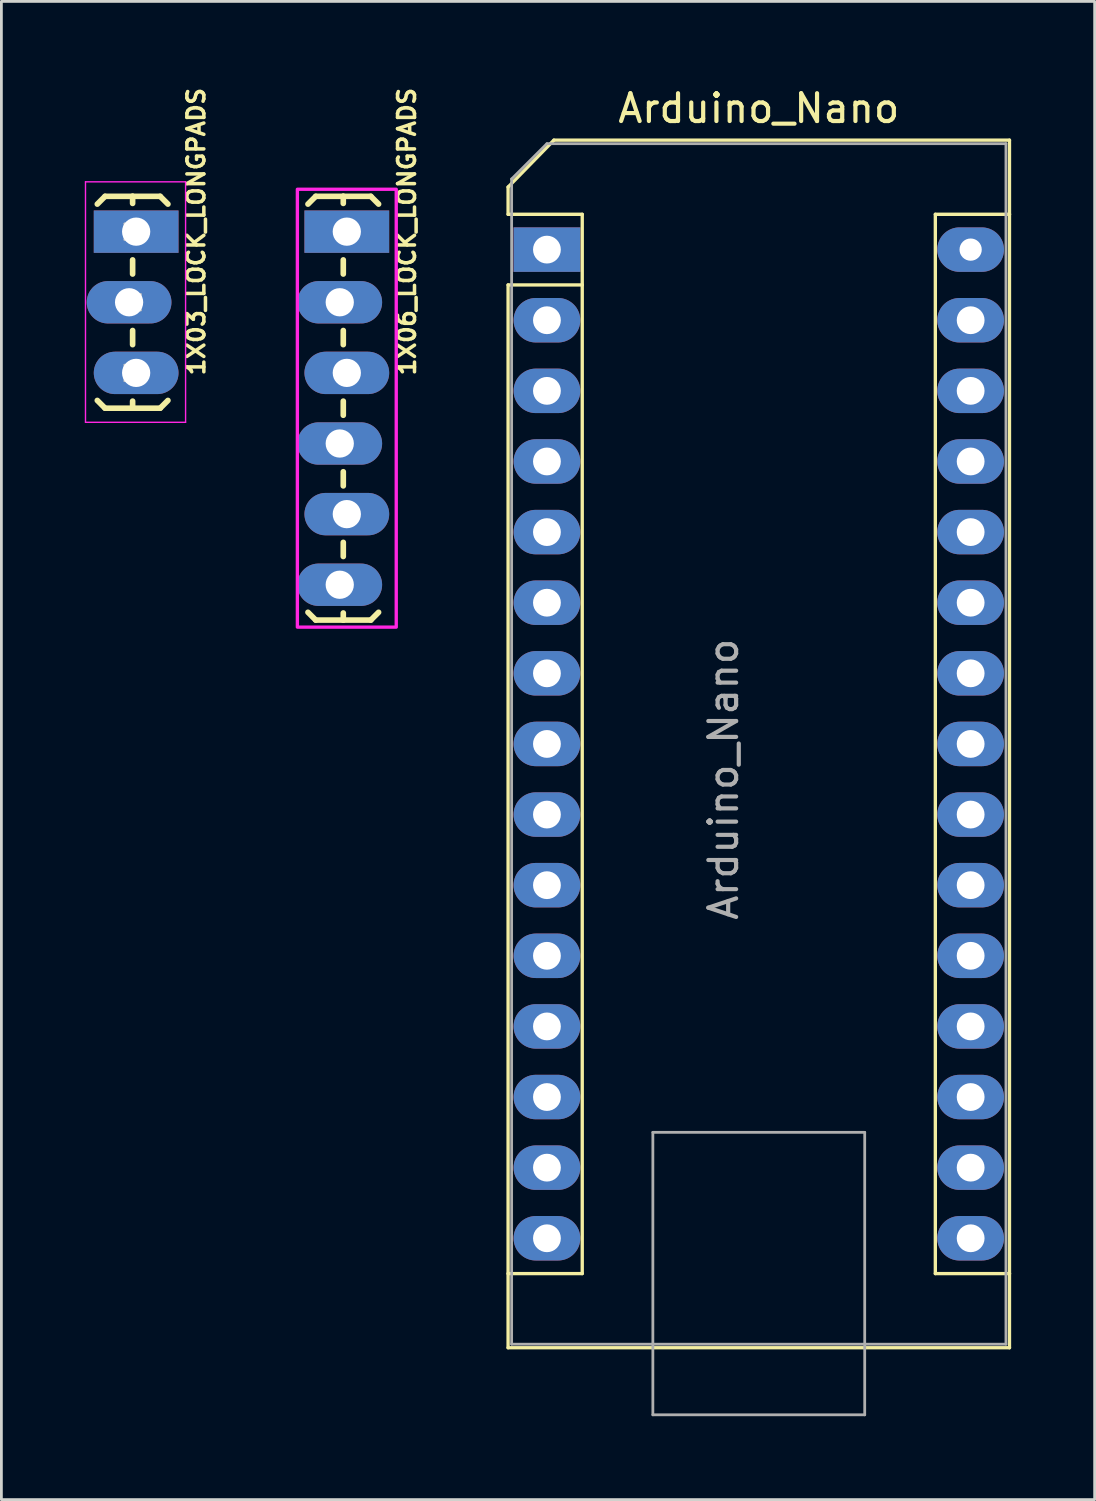
<source format=kicad_pcb>
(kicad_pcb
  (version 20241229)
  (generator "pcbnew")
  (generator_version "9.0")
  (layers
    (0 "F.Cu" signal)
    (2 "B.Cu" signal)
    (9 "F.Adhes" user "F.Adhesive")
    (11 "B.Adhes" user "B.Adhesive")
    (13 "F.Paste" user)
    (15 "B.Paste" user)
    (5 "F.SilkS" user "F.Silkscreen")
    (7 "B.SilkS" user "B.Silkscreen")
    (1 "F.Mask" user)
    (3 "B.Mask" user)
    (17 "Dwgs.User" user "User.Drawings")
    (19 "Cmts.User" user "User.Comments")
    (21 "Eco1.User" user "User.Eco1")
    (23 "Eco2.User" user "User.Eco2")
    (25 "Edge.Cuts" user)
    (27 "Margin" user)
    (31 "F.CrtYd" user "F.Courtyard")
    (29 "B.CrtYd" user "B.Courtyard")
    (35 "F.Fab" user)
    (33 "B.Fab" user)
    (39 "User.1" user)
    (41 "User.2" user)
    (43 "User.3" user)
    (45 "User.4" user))
  (footprint "1X06_LOCK_LONGPADS"
    (layer "F.Cu")
    (at 9.424 5.282)
    (property "Reference" "1X06_LOCK_LONGPADS" (at 2.159 0 270) (layer "F.SilkS") (effects (font (size 0.61 0.61) (thickness 0.127))))
    (attr exclude_from_pos_files exclude_from_bom)
    (fp_line (start -1.118 -1.27) (end -1.397 -0.991) (stroke (width 0.203) (type solid)) (layer "F.SilkS"))
    (fp_line (start -1.118 13.97) (end -1.397 13.691) (stroke (width 0.203) (type solid)) (layer "F.SilkS"))
    (fp_line (start -0.127 -1.27) (end -1.118 -1.27) (stroke (width 0.203) (type solid)) (layer "F.SilkS"))
    (fp_line (start -0.127 -1.27) (end -0.127 -1.016) (stroke (width 0.203) (type solid)) (layer "F.SilkS"))
    (fp_line (start -0.127 -1.27) (end 0.864 -1.27) (stroke (width 0.203) (type solid)) (layer "F.SilkS"))
    (fp_line (start -0.127 1.524) (end -0.127 1.016) (stroke (width 0.203) (type solid)) (layer "F.SilkS"))
    (fp_line (start -0.127 4.064) (end -0.127 3.556) (stroke (width 0.203) (type solid)) (layer "F.SilkS"))
    (fp_line (start -0.127 6.604) (end -0.127 6.096) (stroke (width 0.203) (type solid)) (layer "F.SilkS"))
    (fp_line (start -0.127 9.144) (end -0.127 8.636) (stroke (width 0.203) (type solid)) (layer "F.SilkS"))
    (fp_line (start -0.127 11.684) (end -0.127 11.176) (stroke (width 0.203) (type solid)) (layer "F.SilkS"))
    (fp_line (start -0.127 13.97) (end -1.118 13.97) (stroke (width 0.203) (type solid)) (layer "F.SilkS"))
    (fp_line (start -0.127 13.97) (end -0.127 13.716) (stroke (width 0.203) (type solid)) (layer "F.SilkS"))
    (fp_line (start -0.127 13.97) (end 0.864 13.97) (stroke (width 0.203) (type solid)) (layer "F.SilkS"))
    (fp_line (start 0.864 -1.27) (end 1.143 -0.991) (stroke (width 0.203) (type solid)) (layer "F.SilkS"))
    (fp_line (start 0.864 13.97) (end 1.143 13.691) (stroke (width 0.203) (type solid)) (layer "F.SilkS"))
    (fp_rect (start 1.778 -1.524) (end -1.778 14.224) (stroke (width 0.12) (type solid)) (fill no) (layer "F.CrtYd"))
    (pad "1" thru_hole rect (at 0 0 90) (size 1.524 3.048) (drill 1.016) (layers "*.Cu" "*.Mask"))
    (pad "2" thru_hole oval (at -0.254 2.54 90) (size 1.524 3.048) (drill 1.016) (layers "*.Cu" "*.Mask"))
    (pad "3" thru_hole oval (at 0 5.08 90) (size 1.524 3.048) (drill 1.016) (layers "*.Cu" "*.Mask"))
    (pad "4" thru_hole oval (at -0.254 7.62 90) (size 1.524 3.048) (drill 1.016) (layers "*.Cu" "*.Mask"))
    (pad "5" thru_hole oval (at 0 10.16 90) (size 1.524 3.048) (drill 1.016) (layers "*.Cu" "*.Mask"))
    (pad "6" thru_hole oval (at -0.254 12.7 90) (size 1.524 3.048) (drill 1.016) (layers "*.Cu" "*.Mask")))
  (footprint "Arduino_Nano"
    (layer "F.Cu")
    (at 16.622 5.928)
    (property "Reference" "Arduino_Nano" (at 7.62 -5.08 0) (layer "F.SilkS") (effects (font (size 1 1) (thickness 0.15))))
    (attr through_hole)
    (fp_line (start -1.397 -2.25) (end -1.397 -1.27) (stroke (width 0.12) (type solid)) (layer "F.SilkS"))
    (fp_line (start -1.397 -2.25) (end 0.25 -3.937) (stroke (width 0.12) (type solid)) (layer "F.SilkS"))
    (fp_line (start -1.397 1.27) (end -1.397 39.497) (stroke (width 0.12) (type solid)) (layer "F.SilkS"))
    (fp_line (start -1.397 39.497) (end 16.637 39.497) (stroke (width 0.12) (type solid)) (layer "F.SilkS"))
    (fp_line (start 1.27 -1.27) (end -1.397 -1.27) (stroke (width 0.12) (type solid)) (layer "F.SilkS"))
    (fp_line (start 1.27 1.27) (end -1.397 1.27) (stroke (width 0.12) (type solid)) (layer "F.SilkS"))
    (fp_line (start 1.27 1.27) (end 1.27 -1.27) (stroke (width 0.12) (type solid)) (layer "F.SilkS"))
    (fp_line (start 1.27 1.27) (end 1.27 36.83) (stroke (width 0.12) (type solid)) (layer "F.SilkS"))
    (fp_line (start 1.27 36.83) (end -1.4 36.83) (stroke (width 0.12) (type solid)) (layer "F.SilkS"))
    (fp_line (start 13.97 -1.27) (end 13.97 36.83) (stroke (width 0.12) (type solid)) (layer "F.SilkS"))
    (fp_line (start 13.97 -1.27) (end 16.64 -1.27) (stroke (width 0.12) (type solid)) (layer "F.SilkS"))
    (fp_line (start 13.97 36.83) (end 16.64 36.83) (stroke (width 0.12) (type solid)) (layer "F.SilkS"))
    (fp_line (start 16.637 -3.937) (end 0.25 -3.937) (stroke (width 0.12) (type solid)) (layer "F.SilkS"))
    (fp_line (start 16.637 39.497) (end 16.637 -3.937) (stroke (width 0.12) (type solid)) (layer "F.SilkS"))
    (fp_line (start -1.27 -2.54) (end 0 -3.81) (stroke (width 0.1) (type solid)) (layer "F.Fab"))
    (fp_line (start -1.27 39.37) (end -1.27 -2.54) (stroke (width 0.1) (type solid)) (layer "F.Fab"))
    (fp_line (start 0 -3.81) (end 16.51 -3.81) (stroke (width 0.1) (type solid)) (layer "F.Fab"))
    (fp_line (start 3.81 31.75) (end 11.43 31.75) (stroke (width 0.1) (type solid)) (layer "F.Fab"))
    (fp_line (start 3.81 41.91) (end 3.81 31.75) (stroke (width 0.1) (type solid)) (layer "F.Fab"))
    (fp_line (start 11.43 31.75) (end 11.43 41.91) (stroke (width 0.1) (type solid)) (layer "F.Fab"))
    (fp_line (start 11.43 41.91) (end 3.81 41.91) (stroke (width 0.1) (type solid)) (layer "F.Fab"))
    (fp_line (start 16.51 -3.81) (end 16.51 39.37) (stroke (width 0.1) (type solid)) (layer "F.Fab"))
    (fp_line (start 16.51 39.37) (end -1.27 39.37) (stroke (width 0.1) (type solid)) (layer "F.Fab"))
    (fp_text user "${REFERENCE}" (at 6.35 19.05 90) (layer "F.Fab") (effects (font (size 1 1) (thickness 0.15))))
    (pad "1" thru_hole rect (at 0 0) (size 2.4 1.6) (drill 1) (layers "*.Cu" "*.Mask"))
    (pad "2" thru_hole oval (at 0 2.54) (size 2.4 1.6) (drill 1) (layers "*.Cu" "*.Mask"))
    (pad "3" thru_hole oval (at 0 5.08) (size 2.4 1.6) (drill 1) (layers "*.Cu" "*.Mask"))
    (pad "4" thru_hole oval (at 0 7.62) (size 2.4 1.6) (drill 1) (layers "*.Cu" "*.Mask"))
    (pad "5" thru_hole oval (at 0 10.16) (size 2.4 1.6) (drill 1) (layers "*.Cu" "*.Mask"))
    (pad "6" thru_hole oval (at 0 12.7) (size 2.4 1.6) (drill 1) (layers "*.Cu" "*.Mask"))
    (pad "7" thru_hole oval (at 0 15.24) (size 2.4 1.6) (drill 1) (layers "*.Cu" "*.Mask"))
    (pad "8" thru_hole oval (at 0 17.78) (size 2.4 1.6) (drill 1) (layers "*.Cu" "*.Mask"))
    (pad "9" thru_hole oval (at 0 20.32) (size 2.4 1.6) (drill 1) (layers "*.Cu" "*.Mask"))
    (pad "10" thru_hole oval (at 0 22.86) (size 2.4 1.6) (drill 1) (layers "*.Cu" "*.Mask"))
    (pad "11" thru_hole oval (at 0 25.4) (size 2.4 1.6) (drill 1) (layers "*.Cu" "*.Mask"))
    (pad "12" thru_hole oval (at 0 27.94) (size 2.4 1.6) (drill 1) (layers "*.Cu" "*.Mask"))
    (pad "13" thru_hole oval (at 0 30.48) (size 2.4 1.6) (drill 1) (layers "*.Cu" "*.Mask"))
    (pad "14" thru_hole oval (at 0 33.02) (size 2.4 1.6) (drill 1) (layers "*.Cu" "*.Mask"))
    (pad "15" thru_hole oval (at 0 35.56) (size 2.4 1.6) (drill 1) (layers "*.Cu" "*.Mask"))
    (pad "16" thru_hole oval (at 15.24 35.56) (size 2.4 1.6) (drill 1) (layers "*.Cu" "*.Mask"))
    (pad "17" thru_hole oval (at 15.24 33.02) (size 2.4 1.6) (drill 1) (layers "*.Cu" "*.Mask"))
    (pad "18" thru_hole oval (at 15.24 30.48) (size 2.4 1.6) (drill 1) (layers "*.Cu" "*.Mask"))
    (pad "19" thru_hole oval (at 15.24 27.94) (size 2.4 1.6) (drill 1) (layers "*.Cu" "*.Mask"))
    (pad "20" thru_hole oval (at 15.24 25.4) (size 2.4 1.6) (drill 1) (layers "*.Cu" "*.Mask"))
    (pad "21" thru_hole oval (at 15.24 22.86) (size 2.4 1.6) (drill 1) (layers "*.Cu" "*.Mask"))
    (pad "22" thru_hole oval (at 15.24 20.32) (size 2.4 1.6) (drill 1) (layers "*.Cu" "*.Mask"))
    (pad "23" thru_hole oval (at 15.24 17.78) (size 2.4 1.6) (drill 1) (layers "*.Cu" "*.Mask"))
    (pad "24" thru_hole oval (at 15.24 15.24) (size 2.4 1.6) (drill 1) (layers "*.Cu" "*.Mask"))
    (pad "25" thru_hole oval (at 15.24 12.7) (size 2.4 1.6) (drill 1) (layers "*.Cu" "*.Mask"))
    (pad "26" thru_hole oval (at 15.24 10.16) (size 2.4 1.6) (drill 1) (layers "*.Cu" "*.Mask"))
    (pad "27" thru_hole oval (at 15.24 7.62) (size 2.4 1.6) (drill 1) (layers "*.Cu" "*.Mask"))
    (pad "28" thru_hole oval (at 15.24 5.08) (size 2.4 1.6) (drill 1) (layers "*.Cu" "*.Mask"))
    (pad "29" thru_hole oval (at 15.24 2.54) (size 2.4 1.6) (drill 1) (layers "*.Cu" "*.Mask"))
    (pad "30" thru_hole oval (at 15.24 0) (size 2.4 1.6) (drill 0.8) (layers "*.Cu" "*.Mask")))
  (footprint "1X03_LOCK_LONGPADS"
    (layer "F.Cu")
    (at 1.847 5.282)
    (property "Reference" "1X03_LOCK_LONGPADS" (at 2.159 0 270) (layer "F.SilkS") (effects (font (size 0.61 0.61) (thickness 0.127))))
    (attr exclude_from_pos_files exclude_from_bom)
    (fp_line (start -1.118 -1.27) (end -1.397 -0.991) (stroke (width 0.203) (type solid)) (layer "F.SilkS"))
    (fp_line (start -1.118 6.35) (end -1.397 6.071) (stroke (width 0.203) (type solid)) (layer "F.SilkS"))
    (fp_line (start -0.127 -1.27) (end -1.118 -1.27) (stroke (width 0.203) (type solid)) (layer "F.SilkS"))
    (fp_line (start -0.127 -1.27) (end -0.127 -1.016) (stroke (width 0.203) (type solid)) (layer "F.SilkS"))
    (fp_line (start -0.127 -1.27) (end 0.864 -1.27) (stroke (width 0.203) (type solid)) (layer "F.SilkS"))
    (fp_line (start -0.127 1.524) (end -0.127 1.016) (stroke (width 0.203) (type solid)) (layer "F.SilkS"))
    (fp_line (start -0.127 4.064) (end -0.127 3.556) (stroke (width 0.203) (type solid)) (layer "F.SilkS"))
    (fp_line (start -0.127 6.35) (end -1.118 6.35) (stroke (width 0.203) (type solid)) (layer "F.SilkS"))
    (fp_line (start -0.127 6.35) (end -0.127 6.096) (stroke (width 0.203) (type solid)) (layer "F.SilkS"))
    (fp_line (start -0.127 6.35) (end 0.864 6.35) (stroke (width 0.203) (type solid)) (layer "F.SilkS"))
    (fp_line (start 0.864 -1.27) (end 1.143 -0.991) (stroke (width 0.203) (type solid)) (layer "F.SilkS"))
    (fp_line (start 0.864 6.35) (end 1.143 6.071) (stroke (width 0.203) (type solid)) (layer "F.SilkS"))
    (fp_line (start -0.419 -0.292) (end -0.419 0.292) (stroke (width 0.066) (type solid)) (layer "Dwgs.User"))
    (fp_line (start -0.419 -0.292) (end 0.165 -0.292) (stroke (width 0.066) (type solid)) (layer "Dwgs.User"))
    (fp_line (start -0.419 0.292) (end 0.165 0.292) (stroke (width 0.066) (type solid)) (layer "Dwgs.User"))
    (fp_line (start -0.419 2.248) (end -0.419 2.832) (stroke (width 0.066) (type solid)) (layer "Dwgs.User"))
    (fp_line (start -0.419 2.248) (end 0.165 2.248) (stroke (width 0.066) (type solid)) (layer "Dwgs.User"))
    (fp_line (start -0.419 2.832) (end 0.165 2.832) (stroke (width 0.066) (type solid)) (layer "Dwgs.User"))
    (fp_line (start -0.419 4.788) (end -0.419 5.372) (stroke (width 0.066) (type solid)) (layer "Dwgs.User"))
    (fp_line (start -0.419 4.788) (end 0.165 4.788) (stroke (width 0.066) (type solid)) (layer "Dwgs.User"))
    (fp_line (start -0.419 5.372) (end 0.165 5.372) (stroke (width 0.066) (type solid)) (layer "Dwgs.User"))
    (fp_line (start 0.165 -0.292) (end 0.165 0.292) (stroke (width 0.066) (type solid)) (layer "Dwgs.User"))
    (fp_line (start 0.165 2.248) (end 0.165 2.832) (stroke (width 0.066) (type solid)) (layer "Dwgs.User"))
    (fp_line (start 0.165 4.788) (end 0.165 5.372) (stroke (width 0.066) (type solid)) (layer "Dwgs.User"))
    (fp_line (start -1.822 -1.792) (end -1.822 6.858) (stroke (width 0.05) (type solid)) (layer "F.CrtYd"))
    (fp_line (start -1.822 6.858) (end 1.778 6.858) (stroke (width 0.05) (type solid)) (layer "F.CrtYd"))
    (fp_line (start 1.778 -1.792) (end -1.822 -1.792) (stroke (width 0.05) (type solid)) (layer "F.CrtYd"))
    (fp_line (start 1.778 6.858) (end 1.778 -1.792) (stroke (width 0.05) (type solid)) (layer "F.CrtYd"))
    (pad "1" thru_hole rect (at 0 0 90) (size 1.524 3.048) (drill 1.016) (layers "*.Cu" "*.Mask"))
    (pad "2" thru_hole oval (at -0.254 2.54 90) (size 1.524 3.048) (drill 1.016) (layers "*.Cu" "*.Mask"))
    (pad "3" thru_hole oval (at 0 5.08 90) (size 1.524 3.048) (drill 1.016) (layers "*.Cu" "*.Mask")))
  (gr_rect
    (start -3 -3)
    (end 36.322 50.888)
    (stroke (width 0.1) (type default))
    (fill no)
    (layer "Edge.Cuts")))
</source>
